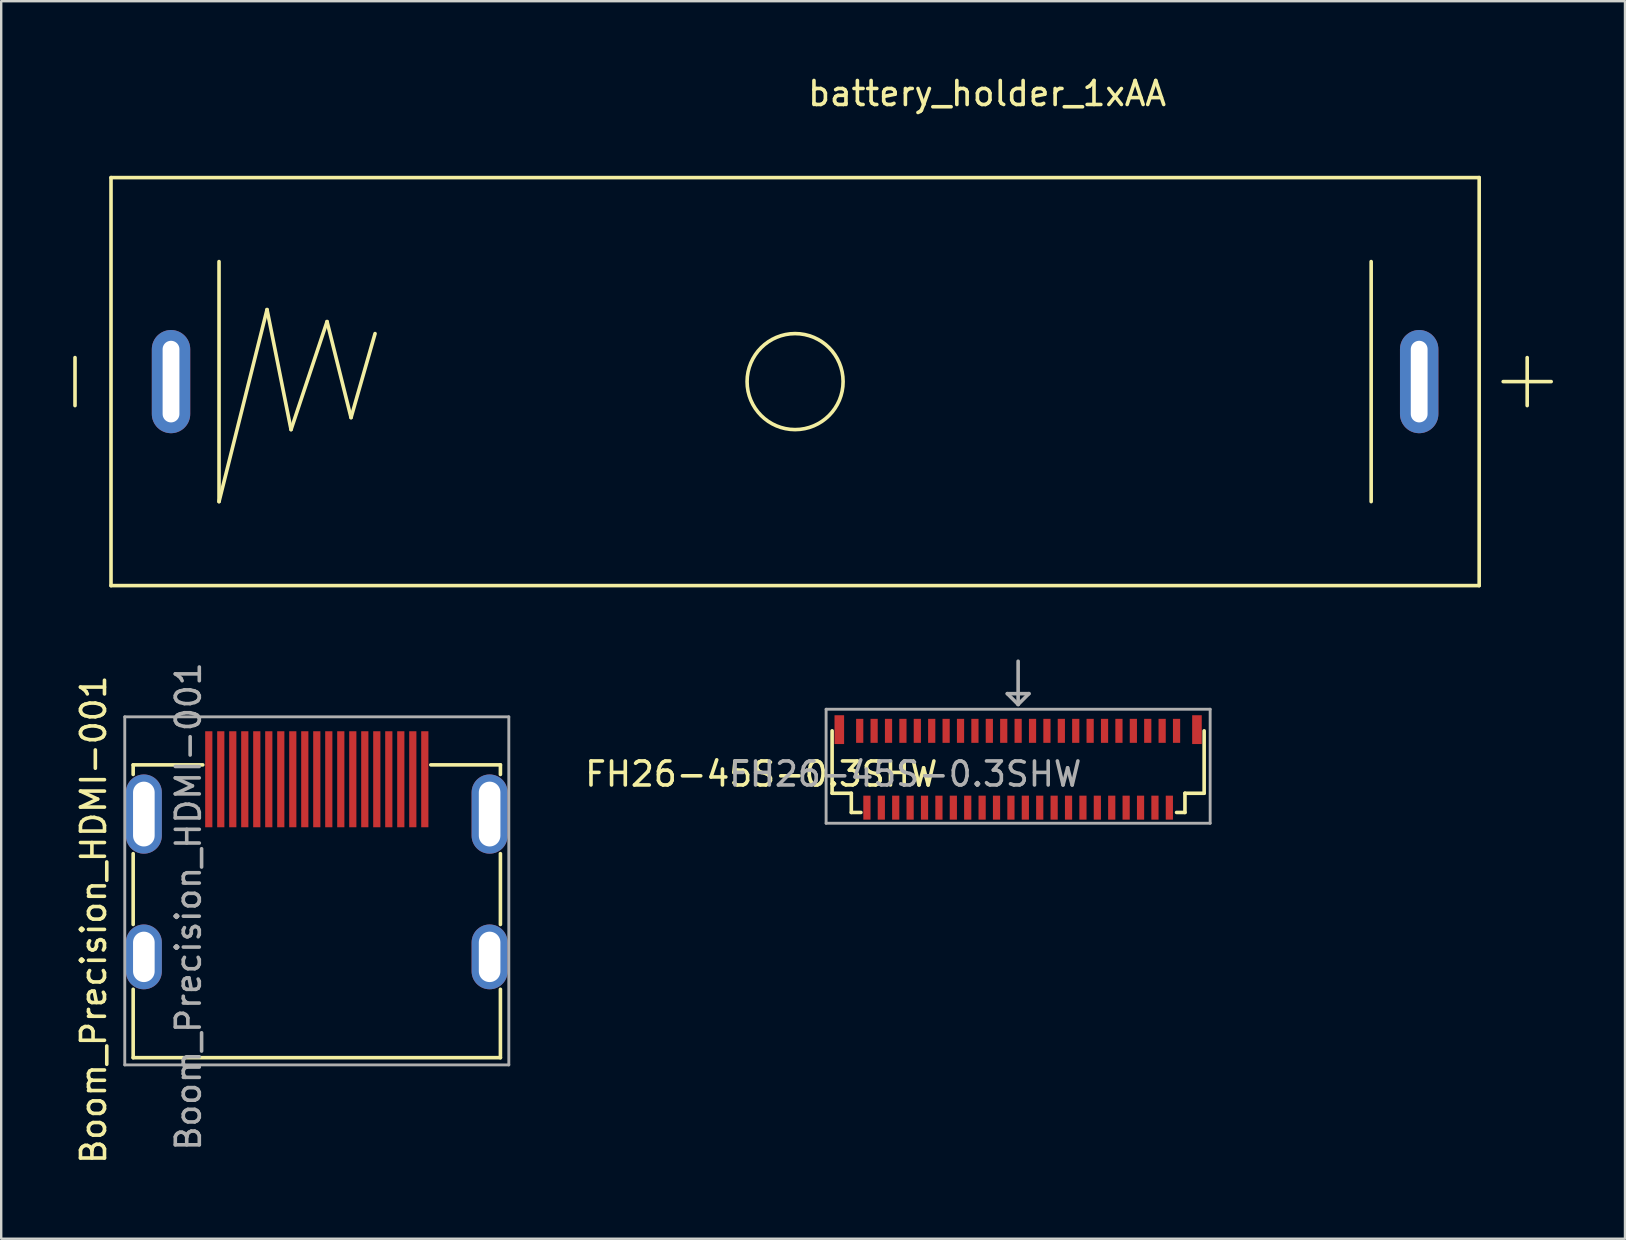
<source format=kicad_pcb>
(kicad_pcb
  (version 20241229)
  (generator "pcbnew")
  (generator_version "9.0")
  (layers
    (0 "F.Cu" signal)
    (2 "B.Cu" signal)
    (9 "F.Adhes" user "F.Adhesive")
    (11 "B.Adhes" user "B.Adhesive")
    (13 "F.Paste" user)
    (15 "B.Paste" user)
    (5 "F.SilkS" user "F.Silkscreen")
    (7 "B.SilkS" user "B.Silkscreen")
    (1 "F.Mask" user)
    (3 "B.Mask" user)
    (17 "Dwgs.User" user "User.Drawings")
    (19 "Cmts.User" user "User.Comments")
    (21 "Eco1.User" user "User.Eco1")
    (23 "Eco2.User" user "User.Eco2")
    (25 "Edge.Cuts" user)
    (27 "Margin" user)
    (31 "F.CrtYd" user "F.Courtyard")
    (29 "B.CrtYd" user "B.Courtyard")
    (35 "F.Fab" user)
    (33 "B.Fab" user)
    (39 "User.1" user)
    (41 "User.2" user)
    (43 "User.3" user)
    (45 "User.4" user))
  (footprint "battery_holder_1xAA"
    (layer "F.Cu")
    (at 30.075 12.848)
    (property "Reference" "battery_holder_1xAA" (at 8 -12 0) (layer "F.SilkS") (effects (font (size 1 1) (thickness 0.15))))
    (attr through_hole)
    (fp_line (start -30 -1) (end -30 1) (stroke (width 0.15) (type solid)) (layer "F.SilkS"))
    (fp_line (start -28.5 -8.5) (end -28.5 8.5) (stroke (width 0.15) (type solid)) (layer "F.SilkS"))
    (fp_line (start -28.5 8.5) (end 28.5 8.5) (stroke (width 0.15) (type solid)) (layer "F.SilkS"))
    (fp_line (start -24 -5) (end -24 5) (stroke (width 0.15) (type solid)) (layer "F.SilkS"))
    (fp_line (start -24 5) (end -22 -3) (stroke (width 0.15) (type solid)) (layer "F.SilkS"))
    (fp_line (start -22 -3) (end -21 2) (stroke (width 0.15) (type solid)) (layer "F.SilkS"))
    (fp_line (start -21 2) (end -19.5 -2.5) (stroke (width 0.15) (type solid)) (layer "F.SilkS"))
    (fp_line (start -19.5 -2.5) (end -18.5 1.5) (stroke (width 0.15) (type solid)) (layer "F.SilkS"))
    (fp_line (start -18.5 1.5) (end -17.5 -2) (stroke (width 0.15) (type solid)) (layer "F.SilkS"))
    (fp_line (start 24 -5) (end 24 5) (stroke (width 0.15) (type solid)) (layer "F.SilkS"))
    (fp_line (start 28.5 -8.5) (end -28.5 -8.5) (stroke (width 0.15) (type solid)) (layer "F.SilkS"))
    (fp_line (start 28.5 8.5) (end 28.5 -8.5) (stroke (width 0.15) (type solid)) (layer "F.SilkS"))
    (fp_line (start 29.5 0) (end 31.5 0) (stroke (width 0.15) (type solid)) (layer "F.SilkS"))
    (fp_line (start 30.5 -1) (end 30.5 1) (stroke (width 0.15) (type solid)) (layer "F.SilkS"))
    (fp_circle (center 0 0) (end 2 0) (stroke (width 0.15) (type solid)) (fill no) (layer "F.SilkS"))
    (pad "1" thru_hole oval (at 26 0) (size 1.6 4.3) (drill oval 0.7 3.4) (layers "*.Cu" "*.Mask"))
    (pad "2" thru_hole oval (at -26 0) (size 1.6 4.3) (drill oval 0.7 3.4) (layers "*.Cu" "*.Mask")))
  (footprint "FH26-45S-0.3SHW"
    (layer "F.Cu")
    (at 39.367 28.998)
    (property "Reference" "FH26-45S-0.3SHW" (at -10.7 0.2 0) (layer "F.SilkS") (effects (font (size 1 1) (thickness 0.15))))
    (attr smd)
    (fp_line (start -7.75 -1.6) (end -7.75 1) (stroke (width 0.15) (type solid)) (layer "F.SilkS"))
    (fp_line (start -7.75 1) (end -6.95 1) (stroke (width 0.15) (type solid)) (layer "F.SilkS"))
    (fp_line (start -6.95 1) (end -6.95 1.8) (stroke (width 0.15) (type solid)) (layer "F.SilkS"))
    (fp_line (start -6.95 1.8) (end -6.55 1.8) (stroke (width 0.15) (type solid)) (layer "F.SilkS"))
    (fp_line (start 6.95 1) (end 6.95 1.8) (stroke (width 0.15) (type solid)) (layer "F.SilkS"))
    (fp_line (start 6.95 1.8) (end 6.6 1.8) (stroke (width 0.15) (type solid)) (layer "F.SilkS"))
    (fp_line (start 7.75 -1.6) (end 7.75 1) (stroke (width 0.15) (type solid)) (layer "F.SilkS"))
    (fp_line (start 7.75 1) (end 6.95 1) (stroke (width 0.15) (type solid)) (layer "F.SilkS"))
    (fp_line (start -8 -2.5) (end -8 2.25) (stroke (width 0.12) (type solid)) (layer "F.Fab"))
    (fp_line (start -8 2.25) (end 8 2.25) (stroke (width 0.12) (type solid)) (layer "F.Fab"))
    (fp_line (start -0.45 -3.15) (end 0 -2.7) (stroke (width 0.15) (type solid)) (layer "F.Fab"))
    (fp_line (start 0 -4.5) (end 0 -2.7) (stroke (width 0.15) (type solid)) (layer "F.Fab"))
    (fp_line (start 0 -2.7) (end 0.45 -3.15) (stroke (width 0.15) (type solid)) (layer "F.Fab"))
    (fp_line (start 0.45 -3.15) (end -0.45 -3.15) (stroke (width 0.15) (type solid)) (layer "F.Fab"))
    (fp_line (start 8 -2.5) (end -8 -2.5) (stroke (width 0.12) (type solid)) (layer "F.Fab"))
    (fp_line (start 8 2.25) (end 8 -2.5) (stroke (width 0.12) (type solid)) (layer "F.Fab"))
    (fp_text user "${REFERENCE}" (at -4.7 0.2 0) (layer "F.Fab") (effects (font (size 1 1) (thickness 0.15))))
    (pad "1" smd rect (at -6.6 -1.6) (size 0.3 1) (layers "F.Cu" "F.Mask" "F.Paste"))
    (pad "2" smd rect (at -6.3 1.6) (size 0.3 1) (layers "F.Cu" "F.Mask" "F.Paste"))
    (pad "3" smd rect (at -6 -1.6) (size 0.3 1) (layers "F.Cu" "F.Mask" "F.Paste"))
    (pad "4" smd rect (at -5.7 1.6) (size 0.3 1) (layers "F.Cu" "F.Mask" "F.Paste"))
    (pad "5" smd rect (at -5.4 -1.6) (size 0.3 1) (layers "F.Cu" "F.Mask" "F.Paste"))
    (pad "6" smd rect (at -5.1 1.6) (size 0.3 1) (layers "F.Cu" "F.Mask" "F.Paste"))
    (pad "7" smd rect (at -4.8 -1.6) (size 0.3 1) (layers "F.Cu" "F.Mask" "F.Paste"))
    (pad "8" smd rect (at -4.5 1.6) (size 0.3 1) (layers "F.Cu" "F.Mask" "F.Paste"))
    (pad "9" smd rect (at -4.2 -1.6) (size 0.3 1) (layers "F.Cu" "F.Mask" "F.Paste"))
    (pad "10" smd rect (at -3.9 1.6) (size 0.3 1) (layers "F.Cu" "F.Mask" "F.Paste"))
    (pad "11" smd rect (at -3.6 -1.6) (size 0.3 1) (layers "F.Cu" "F.Mask" "F.Paste"))
    (pad "12" smd rect (at -3.3 1.6) (size 0.3 1) (layers "F.Cu" "F.Mask" "F.Paste"))
    (pad "13" smd rect (at -3 -1.6) (size 0.3 1) (layers "F.Cu" "F.Mask" "F.Paste"))
    (pad "14" smd rect (at -2.7 1.6) (size 0.3 1) (layers "F.Cu" "F.Mask" "F.Paste"))
    (pad "15" smd rect (at -2.4 -1.6) (size 0.3 1) (layers "F.Cu" "F.Mask" "F.Paste"))
    (pad "16" smd rect (at -2.1 1.6) (size 0.3 1) (layers "F.Cu" "F.Mask" "F.Paste"))
    (pad "17" smd rect (at -1.8 -1.6) (size 0.3 1) (layers "F.Cu" "F.Mask" "F.Paste"))
    (pad "18" smd rect (at -1.5 1.6) (size 0.3 1) (layers "F.Cu" "F.Mask" "F.Paste"))
    (pad "19" smd rect (at -1.2 -1.6) (size 0.3 1) (layers "F.Cu" "F.Mask" "F.Paste"))
    (pad "20" smd rect (at -0.9 1.6) (size 0.3 1) (layers "F.Cu" "F.Mask" "F.Paste"))
    (pad "21" smd rect (at -0.6 -1.6) (size 0.3 1) (layers "F.Cu" "F.Mask" "F.Paste"))
    (pad "22" smd rect (at -0.3 1.6) (size 0.3 1) (layers "F.Cu" "F.Mask" "F.Paste"))
    (pad "23" smd rect (at 0 -1.6) (size 0.3 1) (layers "F.Cu" "F.Mask" "F.Paste"))
    (pad "24" smd rect (at 0.3 1.6) (size 0.3 1) (layers "F.Cu" "F.Mask" "F.Paste"))
    (pad "25" smd rect (at 0.6 -1.6) (size 0.3 1) (layers "F.Cu" "F.Mask" "F.Paste"))
    (pad "26" smd rect (at 0.9 1.6) (size 0.3 1) (layers "F.Cu" "F.Mask" "F.Paste"))
    (pad "27" smd rect (at 1.2 -1.6) (size 0.3 1) (layers "F.Cu" "F.Mask" "F.Paste"))
    (pad "28" smd rect (at 1.5 1.6) (size 0.3 1) (layers "F.Cu" "F.Mask" "F.Paste"))
    (pad "29" smd rect (at 1.8 -1.6) (size 0.3 1) (layers "F.Cu" "F.Mask" "F.Paste"))
    (pad "30" smd rect (at 2.1 1.6) (size 0.3 1) (layers "F.Cu" "F.Mask" "F.Paste"))
    (pad "31" smd rect (at 2.4 -1.6) (size 0.3 1) (layers "F.Cu" "F.Mask" "F.Paste"))
    (pad "32" smd rect (at 2.7 1.6) (size 0.3 1) (layers "F.Cu" "F.Mask" "F.Paste"))
    (pad "33" smd rect (at 3 -1.6) (size 0.3 1) (layers "F.Cu" "F.Mask" "F.Paste"))
    (pad "34" smd rect (at 3.3 1.6) (size 0.3 1) (layers "F.Cu" "F.Mask" "F.Paste"))
    (pad "35" smd rect (at 3.6 -1.6) (size 0.3 1) (layers "F.Cu" "F.Mask" "F.Paste"))
    (pad "36" smd rect (at 3.9 1.6) (size 0.3 1) (layers "F.Cu" "F.Mask" "F.Paste"))
    (pad "37" smd rect (at 4.2 -1.6) (size 0.3 1) (layers "F.Cu" "F.Mask" "F.Paste"))
    (pad "38" smd rect (at 4.5 1.6) (size 0.3 1) (layers "F.Cu" "F.Mask" "F.Paste"))
    (pad "39" smd rect (at 4.8 -1.6) (size 0.3 1) (layers "F.Cu" "F.Mask" "F.Paste"))
    (pad "40" smd rect (at 5.1 1.6) (size 0.3 1) (layers "F.Cu" "F.Mask" "F.Paste"))
    (pad "41" smd rect (at 5.4 -1.6) (size 0.3 1) (layers "F.Cu" "F.Mask" "F.Paste"))
    (pad "42" smd rect (at 5.7 1.6) (size 0.3 1) (layers "F.Cu" "F.Mask" "F.Paste"))
    (pad "43" smd rect (at 6 -1.6) (size 0.3 1) (layers "F.Cu" "F.Mask" "F.Paste"))
    (pad "44" smd rect (at 6.3 1.6) (size 0.3 1) (layers "F.Cu" "F.Mask" "F.Paste"))
    (pad "45" smd rect (at 6.6 -1.6) (size 0.3 1) (layers "F.Cu" "F.Mask" "F.Paste"))
    (pad "MP" smd rect (at -7.45 -1.65) (size 0.4 1.2) (layers "F.Cu" "F.Mask" "F.Paste"))
    (pad "MP" smd rect (at 7.45 -1.65) (size 0.4 1.2) (layers "F.Cu" "F.Mask" "F.Paste")))
  (footprint "Boom_Precision_HDMI-001"
    (layer "F.Cu")
    (at 10.148 34.815)
    (property "Reference" "Boom_Precision_HDMI-001" (at -9.3 0.45 90) (layer "F.SilkS") (effects (font (size 1 1) (thickness 0.15))))
    (attr through_hole)
    (fp_line (start -7.65 -6) (end -7.65 -5.6) (stroke (width 0.15) (type solid)) (layer "F.SilkS"))
    (fp_line (start -7.65 -6) (end -4.75 -6) (stroke (width 0.15) (type solid)) (layer "F.SilkS"))
    (fp_line (start -7.65 -2.3) (end -7.65 0.65) (stroke (width 0.15) (type solid)) (layer "F.SilkS"))
    (fp_line (start -7.65 3.35) (end -7.65 6.2) (stroke (width 0.15) (type solid)) (layer "F.SilkS"))
    (fp_line (start -7.65 6.2) (end 7.65 6.2) (stroke (width 0.15) (type solid)) (layer "F.SilkS"))
    (fp_line (start 7.65 -6) (end 4.75 -6) (stroke (width 0.15) (type solid)) (layer "F.SilkS"))
    (fp_line (start 7.65 -6) (end 7.65 -5.6) (stroke (width 0.15) (type solid)) (layer "F.SilkS"))
    (fp_line (start 7.65 -2.3) (end 7.65 0.65) (stroke (width 0.15) (type solid)) (layer "F.SilkS"))
    (fp_line (start 7.65 3.35) (end 7.65 6.2) (stroke (width 0.15) (type solid)) (layer "F.SilkS"))
    (fp_line (start -8 -8) (end -8 6.5) (stroke (width 0.12) (type solid)) (layer "F.Fab"))
    (fp_line (start -8 6.5) (end 8 6.5) (stroke (width 0.12) (type solid)) (layer "F.Fab"))
    (fp_line (start 8 -8) (end -8 -8) (stroke (width 0.12) (type solid)) (layer "F.Fab"))
    (fp_line (start 8 6.5) (end 8 -8) (stroke (width 0.12) (type solid)) (layer "F.Fab"))
    (fp_text user "${REFERENCE}" (at -5.35 -0.1 90) (layer "F.Fab") (effects (font (size 1 1) (thickness 0.15))))
    (pad "1" smd rect (at 4.5 -6) (size 0.3 4) (drill (offset 0 0.6)) (layers "F.Cu" "F.Mask" "F.Paste"))
    (pad "2" smd rect (at 4 -6) (size 0.3 4) (drill (offset 0 0.6)) (layers "F.Cu" "F.Mask" "F.Paste"))
    (pad "3" smd rect (at 3.5 -6) (size 0.3 4) (drill (offset 0 0.6)) (layers "F.Cu" "F.Mask" "F.Paste"))
    (pad "4" smd rect (at 3 -6) (size 0.3 4) (drill (offset 0 0.6)) (layers "F.Cu" "F.Mask" "F.Paste"))
    (pad "5" smd rect (at 2.5 -6) (size 0.3 4) (drill (offset 0 0.6)) (layers "F.Cu" "F.Mask" "F.Paste"))
    (pad "6" smd rect (at 2 -6) (size 0.3 4) (drill (offset 0 0.6)) (layers "F.Cu" "F.Mask" "F.Paste"))
    (pad "7" smd rect (at 1.5 -6) (size 0.3 4) (drill (offset 0 0.6)) (layers "F.Cu" "F.Mask" "F.Paste"))
    (pad "8" smd rect (at 1 -6) (size 0.3 4) (drill (offset 0 0.6)) (layers "F.Cu" "F.Mask" "F.Paste"))
    (pad "9" smd rect (at 0.5 -6) (size 0.3 4) (drill (offset 0 0.6)) (layers "F.Cu" "F.Mask" "F.Paste"))
    (pad "10" smd rect (at 0 -6) (size 0.3 4) (drill (offset 0 0.6)) (layers "F.Cu" "F.Mask" "F.Paste"))
    (pad "11" smd rect (at -0.5 -6) (size 0.3 4) (drill (offset 0 0.6)) (layers "F.Cu" "F.Mask" "F.Paste"))
    (pad "12" smd rect (at -1 -6) (size 0.3 4) (drill (offset 0 0.6)) (layers "F.Cu" "F.Mask" "F.Paste"))
    (pad "13" smd rect (at -1.5 -6) (size 0.3 4) (drill (offset 0 0.6)) (layers "F.Cu" "F.Mask" "F.Paste"))
    (pad "14" smd rect (at -2 -6) (size 0.3 4) (drill (offset 0 0.6)) (layers "F.Cu" "F.Mask" "F.Paste"))
    (pad "15" smd rect (at -2.5 -6) (size 0.3 4) (drill (offset 0 0.6)) (layers "F.Cu" "F.Mask" "F.Paste"))
    (pad "16" smd rect (at -3 -6) (size 0.3 4) (drill (offset 0 0.6)) (layers "F.Cu" "F.Mask" "F.Paste"))
    (pad "17" smd rect (at -3.5 -6) (size 0.3 4) (drill (offset 0 0.6)) (layers "F.Cu" "F.Mask" "F.Paste"))
    (pad "18" smd rect (at -4 -6) (size 0.3 4) (drill (offset 0 0.6)) (layers "F.Cu" "F.Mask" "F.Paste"))
    (pad "19" smd rect (at -4.5 -6) (size 0.3 4) (drill (offset 0 0.6)) (layers "F.Cu" "F.Mask" "F.Paste"))
    (pad "SH" thru_hole oval (at -7.205 -3.95) (size 1.5 3.3) (drill oval 0.9 2.7) (layers "*.Cu" "*.Mask"))
    (pad "SH" thru_hole oval (at -7.205 2) (size 1.5 2.7) (drill oval 0.9 2.1) (layers "*.Cu" "*.Mask"))
    (pad "SH" thru_hole oval (at 7.2 -3.95) (size 1.5 3.3) (drill oval 0.9 2.7) (layers "*.Cu" "*.Mask"))
    (pad "SH" thru_hole oval (at 7.2 2) (size 1.5 2.7) (drill oval 0.9 2.1) (layers "*.Cu" "*.Mask")))
  (gr_rect
    (start -3 -3)
    (end 64.65 48.557)
    (stroke (width 0.1) (type default))
    (fill no)
    (layer "Edge.Cuts")))
</source>
